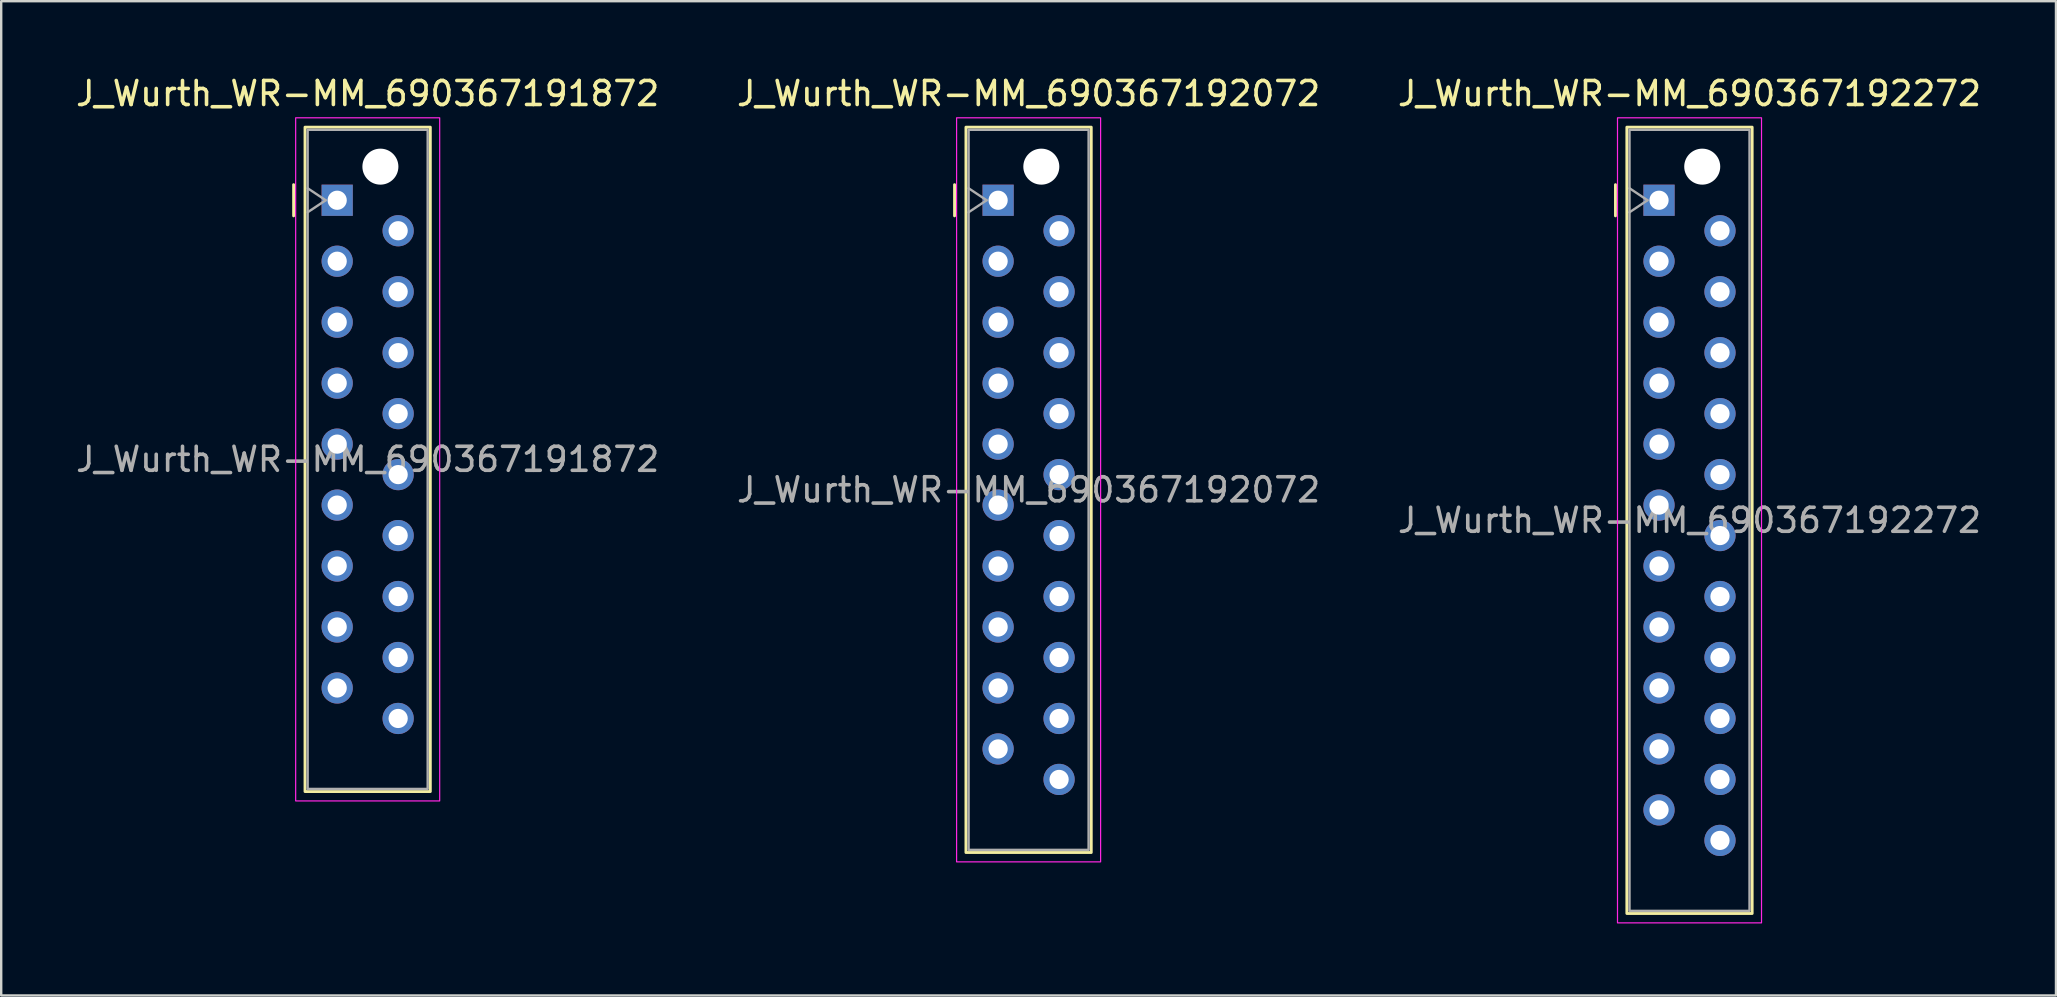
<source format=kicad_pcb>
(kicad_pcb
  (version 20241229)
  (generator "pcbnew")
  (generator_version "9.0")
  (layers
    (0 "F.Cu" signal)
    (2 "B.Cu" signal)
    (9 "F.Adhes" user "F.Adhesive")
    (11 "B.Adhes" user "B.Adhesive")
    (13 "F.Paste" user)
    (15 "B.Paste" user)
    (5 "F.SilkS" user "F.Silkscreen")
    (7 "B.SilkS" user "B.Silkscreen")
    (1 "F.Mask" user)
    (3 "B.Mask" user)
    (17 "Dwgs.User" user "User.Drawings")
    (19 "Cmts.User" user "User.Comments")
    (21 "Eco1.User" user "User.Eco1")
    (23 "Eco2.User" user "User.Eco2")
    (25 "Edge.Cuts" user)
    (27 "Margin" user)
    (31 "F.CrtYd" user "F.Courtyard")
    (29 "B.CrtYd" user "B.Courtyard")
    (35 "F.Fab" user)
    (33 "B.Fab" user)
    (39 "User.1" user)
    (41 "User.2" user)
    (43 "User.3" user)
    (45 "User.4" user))
  (footprint "J_Wurth_WR-MM_690367191872"
    (layer "F.Cu")
    (at 10.998 5.293)
    (property "Reference" "J_Wurth_WR-MM_690367191872" (at 1.27 -4.445 0) (unlocked yes) (layer "F.SilkS") (effects (font (size 1 1) (thickness 0.15))))
    (attr through_hole)
    (fp_line (start -1.815 0.65) (end -1.815 -0.65) (stroke (width 0.12) (type solid)) (layer "F.SilkS"))
    (fp_rect (start -1.34 -3.045) (end 3.88 24.635) (stroke (width 0.12) (type solid)) (fill no) (layer "F.SilkS"))
    (fp_rect (start -1.73 -3.435) (end 4.27 25.025) (stroke (width 0.05) (type solid)) (fill no) (layer "F.CrtYd"))
    (fp_line (start -0.48 0) (end -1.23 -0.5) (stroke (width 0.1) (type solid)) (layer "F.Fab"))
    (fp_line (start -0.48 0) (end -1.23 0.5) (stroke (width 0.1) (type solid)) (layer "F.Fab"))
    (fp_rect (start -1.23 -2.935) (end 3.77 24.525) (stroke (width 0.1) (type solid)) (fill no) (layer "F.Fab"))
    (fp_text user "${REFERENCE}" (at 1.27 10.795 0) (unlocked yes) (layer "F.Fab") (effects (font (size 1 1) (thickness 0.15))))
    (pad "" np_thru_hole circle (at 1.8 -1.4 90) (size 1.5 1.5) (drill 1.5) (layers "*.Cu" "*.Mask"))
    (pad "1" thru_hole rect (at 0 0 90) (size 1.3 1.3) (drill 0.8) (layers "*.Cu" "*.Mask"))
    (pad "2" thru_hole circle (at 2.54 1.27 90) (size 1.3 1.3) (drill 0.8) (layers "*.Cu" "*.Mask"))
    (pad "3" thru_hole circle (at 0 2.54 90) (size 1.3 1.3) (drill 0.8) (layers "*.Cu" "*.Mask"))
    (pad "4" thru_hole circle (at 2.54 3.81 90) (size 1.3 1.3) (drill 0.8) (layers "*.Cu" "*.Mask"))
    (pad "5" thru_hole circle (at 0 5.08 90) (size 1.3 1.3) (drill 0.8) (layers "*.Cu" "*.Mask"))
    (pad "6" thru_hole circle (at 2.54 6.35 90) (size 1.3 1.3) (drill 0.8) (layers "*.Cu" "*.Mask"))
    (pad "7" thru_hole circle (at 0 7.62 90) (size 1.3 1.3) (drill 0.8) (layers "*.Cu" "*.Mask"))
    (pad "8" thru_hole circle (at 2.54 8.89 90) (size 1.3 1.3) (drill 0.8) (layers "*.Cu" "*.Mask"))
    (pad "9" thru_hole circle (at 0 10.16 90) (size 1.3 1.3) (drill 0.8) (layers "*.Cu" "*.Mask"))
    (pad "10" thru_hole circle (at 2.54 11.43 90) (size 1.3 1.3) (drill 0.8) (layers "*.Cu" "*.Mask"))
    (pad "11" thru_hole circle (at 0 12.7 90) (size 1.3 1.3) (drill 0.8) (layers "*.Cu" "*.Mask"))
    (pad "12" thru_hole circle (at 2.54 13.97 90) (size 1.3 1.3) (drill 0.8) (layers "*.Cu" "*.Mask"))
    (pad "13" thru_hole circle (at 0 15.24 90) (size 1.3 1.3) (drill 0.8) (layers "*.Cu" "*.Mask"))
    (pad "14" thru_hole circle (at 2.54 16.51 90) (size 1.3 1.3) (drill 0.8) (layers "*.Cu" "*.Mask"))
    (pad "15" thru_hole circle (at 0 17.78 90) (size 1.3 1.3) (drill 0.8) (layers "*.Cu" "*.Mask"))
    (pad "16" thru_hole circle (at 2.54 19.05 90) (size 1.3 1.3) (drill 0.8) (layers "*.Cu" "*.Mask"))
    (pad "17" thru_hole circle (at 0 20.32 90) (size 1.3 1.3) (drill 0.8) (layers "*.Cu" "*.Mask"))
    (pad "18" thru_hole circle (at 2.54 21.59 90) (size 1.3 1.3) (drill 0.8) (layers "*.Cu" "*.Mask")))
  (footprint "J_Wurth_WR-MM_690367192072"
    (layer "F.Cu")
    (at 38.534 5.293)
    (property "Reference" "J_Wurth_WR-MM_690367192072" (at 1.27 -4.445 0) (unlocked yes) (layer "F.SilkS") (effects (font (size 1 1) (thickness 0.15))))
    (attr through_hole)
    (fp_line (start -1.815 0.65) (end -1.815 -0.65) (stroke (width 0.12) (type solid)) (layer "F.SilkS"))
    (fp_rect (start -1.34 -3.045) (end 3.88 27.175) (stroke (width 0.12) (type solid)) (fill no) (layer "F.SilkS"))
    (fp_rect (start -1.73 -3.435) (end 4.27 27.565) (stroke (width 0.05) (type solid)) (fill no) (layer "F.CrtYd"))
    (fp_line (start -0.48 0) (end -1.23 -0.5) (stroke (width 0.1) (type solid)) (layer "F.Fab"))
    (fp_line (start -0.48 0) (end -1.23 0.5) (stroke (width 0.1) (type solid)) (layer "F.Fab"))
    (fp_rect (start -1.23 -2.935) (end 3.77 27.065) (stroke (width 0.1) (type solid)) (fill no) (layer "F.Fab"))
    (fp_text user "${REFERENCE}" (at 1.27 12.065 0) (unlocked yes) (layer "F.Fab") (effects (font (size 1 1) (thickness 0.15))))
    (pad "" np_thru_hole circle (at 1.8 -1.4 90) (size 1.5 1.5) (drill 1.5) (layers "*.Cu" "*.Mask"))
    (pad "1" thru_hole rect (at 0 0 90) (size 1.3 1.3) (drill 0.8) (layers "*.Cu" "*.Mask"))
    (pad "2" thru_hole circle (at 2.54 1.27 90) (size 1.3 1.3) (drill 0.8) (layers "*.Cu" "*.Mask"))
    (pad "3" thru_hole circle (at 0 2.54 90) (size 1.3 1.3) (drill 0.8) (layers "*.Cu" "*.Mask"))
    (pad "4" thru_hole circle (at 2.54 3.81 90) (size 1.3 1.3) (drill 0.8) (layers "*.Cu" "*.Mask"))
    (pad "5" thru_hole circle (at 0 5.08 90) (size 1.3 1.3) (drill 0.8) (layers "*.Cu" "*.Mask"))
    (pad "6" thru_hole circle (at 2.54 6.35 90) (size 1.3 1.3) (drill 0.8) (layers "*.Cu" "*.Mask"))
    (pad "7" thru_hole circle (at 0 7.62 90) (size 1.3 1.3) (drill 0.8) (layers "*.Cu" "*.Mask"))
    (pad "8" thru_hole circle (at 2.54 8.89 90) (size 1.3 1.3) (drill 0.8) (layers "*.Cu" "*.Mask"))
    (pad "9" thru_hole circle (at 0 10.16 90) (size 1.3 1.3) (drill 0.8) (layers "*.Cu" "*.Mask"))
    (pad "10" thru_hole circle (at 2.54 11.43 90) (size 1.3 1.3) (drill 0.8) (layers "*.Cu" "*.Mask"))
    (pad "11" thru_hole circle (at 0 12.7 90) (size 1.3 1.3) (drill 0.8) (layers "*.Cu" "*.Mask"))
    (pad "12" thru_hole circle (at 2.54 13.97 90) (size 1.3 1.3) (drill 0.8) (layers "*.Cu" "*.Mask"))
    (pad "13" thru_hole circle (at 0 15.24 90) (size 1.3 1.3) (drill 0.8) (layers "*.Cu" "*.Mask"))
    (pad "14" thru_hole circle (at 2.54 16.51 90) (size 1.3 1.3) (drill 0.8) (layers "*.Cu" "*.Mask"))
    (pad "15" thru_hole circle (at 0 17.78 90) (size 1.3 1.3) (drill 0.8) (layers "*.Cu" "*.Mask"))
    (pad "16" thru_hole circle (at 2.54 19.05 90) (size 1.3 1.3) (drill 0.8) (layers "*.Cu" "*.Mask"))
    (pad "17" thru_hole circle (at 0 20.32 90) (size 1.3 1.3) (drill 0.8) (layers "*.Cu" "*.Mask"))
    (pad "18" thru_hole circle (at 2.54 21.59 90) (size 1.3 1.3) (drill 0.8) (layers "*.Cu" "*.Mask"))
    (pad "19" thru_hole circle (at 0 22.86 90) (size 1.3 1.3) (drill 0.8) (layers "*.Cu" "*.Mask"))
    (pad "20" thru_hole circle (at 2.54 24.13 90) (size 1.3 1.3) (drill 0.8) (layers "*.Cu" "*.Mask")))
  (footprint "J_Wurth_WR-MM_690367192272"
    (layer "F.Cu")
    (at 66.069 5.293)
    (property "Reference" "J_Wurth_WR-MM_690367192272" (at 1.27 -4.445 0) (unlocked yes) (layer "F.SilkS") (effects (font (size 1 1) (thickness 0.15))))
    (attr through_hole)
    (fp_line (start -1.815 0.65) (end -1.815 -0.65) (stroke (width 0.12) (type solid)) (layer "F.SilkS"))
    (fp_rect (start -1.34 -3.045) (end 3.88 29.715) (stroke (width 0.12) (type solid)) (fill no) (layer "F.SilkS"))
    (fp_rect (start -1.73 -3.435) (end 4.27 30.105) (stroke (width 0.05) (type solid)) (fill no) (layer "F.CrtYd"))
    (fp_line (start -0.48 0) (end -1.23 -0.5) (stroke (width 0.1) (type solid)) (layer "F.Fab"))
    (fp_line (start -0.48 0) (end -1.23 0.5) (stroke (width 0.1) (type solid)) (layer "F.Fab"))
    (fp_rect (start -1.23 -2.935) (end 3.77 29.605) (stroke (width 0.1) (type solid)) (fill no) (layer "F.Fab"))
    (fp_text user "${REFERENCE}" (at 1.27 13.335 0) (unlocked yes) (layer "F.Fab") (effects (font (size 1 1) (thickness 0.15))))
    (pad "" np_thru_hole circle (at 1.8 -1.4 90) (size 1.5 1.5) (drill 1.5) (layers "*.Cu" "*.Mask"))
    (pad "1" thru_hole rect (at 0 0 90) (size 1.3 1.3) (drill 0.8) (layers "*.Cu" "*.Mask"))
    (pad "2" thru_hole circle (at 2.54 1.27 90) (size 1.3 1.3) (drill 0.8) (layers "*.Cu" "*.Mask"))
    (pad "3" thru_hole circle (at 0 2.54 90) (size 1.3 1.3) (drill 0.8) (layers "*.Cu" "*.Mask"))
    (pad "4" thru_hole circle (at 2.54 3.81 90) (size 1.3 1.3) (drill 0.8) (layers "*.Cu" "*.Mask"))
    (pad "5" thru_hole circle (at 0 5.08 90) (size 1.3 1.3) (drill 0.8) (layers "*.Cu" "*.Mask"))
    (pad "6" thru_hole circle (at 2.54 6.35 90) (size 1.3 1.3) (drill 0.8) (layers "*.Cu" "*.Mask"))
    (pad "7" thru_hole circle (at 0 7.62 90) (size 1.3 1.3) (drill 0.8) (layers "*.Cu" "*.Mask"))
    (pad "8" thru_hole circle (at 2.54 8.89 90) (size 1.3 1.3) (drill 0.8) (layers "*.Cu" "*.Mask"))
    (pad "9" thru_hole circle (at 0 10.16 90) (size 1.3 1.3) (drill 0.8) (layers "*.Cu" "*.Mask"))
    (pad "10" thru_hole circle (at 2.54 11.43 90) (size 1.3 1.3) (drill 0.8) (layers "*.Cu" "*.Mask"))
    (pad "11" thru_hole circle (at 0 12.7 90) (size 1.3 1.3) (drill 0.8) (layers "*.Cu" "*.Mask"))
    (pad "12" thru_hole circle (at 2.54 13.97 90) (size 1.3 1.3) (drill 0.8) (layers "*.Cu" "*.Mask"))
    (pad "13" thru_hole circle (at 0 15.24 90) (size 1.3 1.3) (drill 0.8) (layers "*.Cu" "*.Mask"))
    (pad "14" thru_hole circle (at 2.54 16.51 90) (size 1.3 1.3) (drill 0.8) (layers "*.Cu" "*.Mask"))
    (pad "15" thru_hole circle (at 0 17.78 90) (size 1.3 1.3) (drill 0.8) (layers "*.Cu" "*.Mask"))
    (pad "16" thru_hole circle (at 2.54 19.05 90) (size 1.3 1.3) (drill 0.8) (layers "*.Cu" "*.Mask"))
    (pad "17" thru_hole circle (at 0 20.32 90) (size 1.3 1.3) (drill 0.8) (layers "*.Cu" "*.Mask"))
    (pad "18" thru_hole circle (at 2.54 21.59 90) (size 1.3 1.3) (drill 0.8) (layers "*.Cu" "*.Mask"))
    (pad "19" thru_hole circle (at 0 22.86 90) (size 1.3 1.3) (drill 0.8) (layers "*.Cu" "*.Mask"))
    (pad "20" thru_hole circle (at 2.54 24.13 90) (size 1.3 1.3) (drill 0.8) (layers "*.Cu" "*.Mask"))
    (pad "21" thru_hole circle (at 0 25.4 90) (size 1.3 1.3) (drill 0.8) (layers "*.Cu" "*.Mask"))
    (pad "22" thru_hole circle (at 2.54 26.67 90) (size 1.3 1.3) (drill 0.8) (layers "*.Cu" "*.Mask")))
  (gr_rect
    (start -3 -3)
    (end 82.607 38.423)
    (stroke (width 0.1) (type default))
    (fill no)
    (layer "Edge.Cuts")))
</source>
